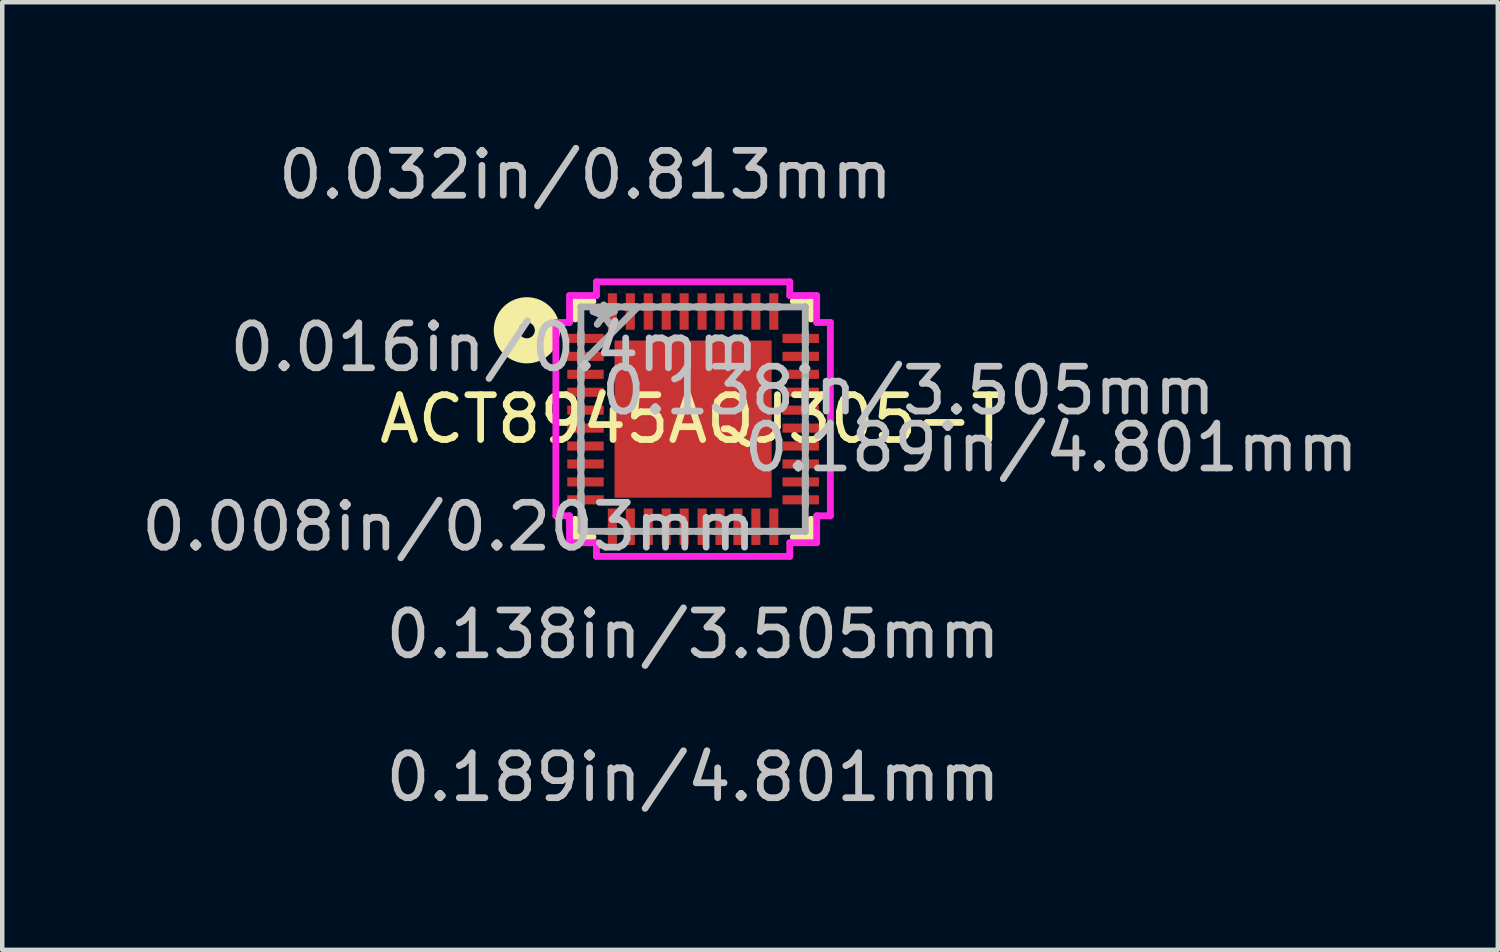
<source format=kicad_pcb>
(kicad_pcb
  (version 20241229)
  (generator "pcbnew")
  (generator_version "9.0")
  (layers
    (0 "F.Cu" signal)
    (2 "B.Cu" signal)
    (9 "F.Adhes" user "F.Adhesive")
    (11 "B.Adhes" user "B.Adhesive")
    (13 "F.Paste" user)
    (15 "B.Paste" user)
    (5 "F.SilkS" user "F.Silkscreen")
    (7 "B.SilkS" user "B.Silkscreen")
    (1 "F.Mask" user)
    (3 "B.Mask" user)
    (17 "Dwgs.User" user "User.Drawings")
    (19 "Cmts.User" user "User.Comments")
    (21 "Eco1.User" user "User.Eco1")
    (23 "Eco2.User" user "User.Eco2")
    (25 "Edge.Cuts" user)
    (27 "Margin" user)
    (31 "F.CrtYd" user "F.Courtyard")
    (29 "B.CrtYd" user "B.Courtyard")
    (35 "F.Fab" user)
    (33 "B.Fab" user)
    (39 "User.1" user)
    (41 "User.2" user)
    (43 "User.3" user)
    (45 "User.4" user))
  (footprint "ACT8945AQJ305-T"
    (layer "F.Cu")
    (at 12.407 6.297)
    (property "Reference" "ACT8945AQJ305-T" (at 0 0 0) (layer "F.SilkS") (effects (font (size 1 1) (thickness 0.15))))
    (attr through_hole)
    (fp_line (start -2.629 -2.629) (end -2.629 -2.234) (stroke (width 0.152) (type solid)) (layer "F.SilkS"))
    (fp_line (start -2.629 2.234) (end -2.629 2.629) (stroke (width 0.152) (type solid)) (layer "F.SilkS"))
    (fp_line (start -2.629 2.629) (end -2.234 2.629) (stroke (width 0.152) (type solid)) (layer "F.SilkS"))
    (fp_line (start -2.234 -2.629) (end -2.629 -2.629) (stroke (width 0.152) (type solid)) (layer "F.SilkS"))
    (fp_line (start 2.234 2.629) (end 2.629 2.629) (stroke (width 0.152) (type solid)) (layer "F.SilkS"))
    (fp_line (start 2.629 -2.629) (end 2.234 -2.629) (stroke (width 0.152) (type solid)) (layer "F.SilkS"))
    (fp_line (start 2.629 -2.234) (end 2.629 -2.629) (stroke (width 0.152) (type solid)) (layer "F.SilkS"))
    (fp_line (start 2.629 2.629) (end 2.629 2.234) (stroke (width 0.152) (type solid)) (layer "F.SilkS"))
    (fp_circle (center -3.708 -1.981) (end -3.531 -2.007) (stroke (width 0.559) (type solid)) (fill no) (layer "F.SilkS"))
    (fp_line (start -1.653 -1.653) (end -1.653 -0.1) (stroke (width 0.152) (type solid)) (layer "F.Paste"))
    (fp_line (start -1.653 -0.1) (end -0.1 -0.1) (stroke (width 0.152) (type solid)) (layer "F.Paste"))
    (fp_line (start -1.653 0.1) (end -1.653 1.653) (stroke (width 0.152) (type solid)) (layer "F.Paste"))
    (fp_line (start -1.653 1.653) (end -0.1 1.653) (stroke (width 0.152) (type solid)) (layer "F.Paste"))
    (fp_line (start -0.1 -1.653) (end -1.653 -1.653) (stroke (width 0.152) (type solid)) (layer "F.Paste"))
    (fp_line (start -0.1 -0.1) (end -0.1 -1.653) (stroke (width 0.152) (type solid)) (layer "F.Paste"))
    (fp_line (start -0.1 0.1) (end -1.653 0.1) (stroke (width 0.152) (type solid)) (layer "F.Paste"))
    (fp_line (start -0.1 1.653) (end -0.1 0.1) (stroke (width 0.152) (type solid)) (layer "F.Paste"))
    (fp_line (start 0.1 -1.653) (end 0.1 -0.1) (stroke (width 0.152) (type solid)) (layer "F.Paste"))
    (fp_line (start 0.1 -0.1) (end 1.653 -0.1) (stroke (width 0.152) (type solid)) (layer "F.Paste"))
    (fp_line (start 0.1 0.1) (end 0.1 1.653) (stroke (width 0.152) (type solid)) (layer "F.Paste"))
    (fp_line (start 0.1 1.653) (end 1.653 1.653) (stroke (width 0.152) (type solid)) (layer "F.Paste"))
    (fp_line (start 1.653 -1.653) (end 0.1 -1.653) (stroke (width 0.152) (type solid)) (layer "F.Paste"))
    (fp_line (start 1.653 -0.1) (end 1.653 -1.653) (stroke (width 0.152) (type solid)) (layer "F.Paste"))
    (fp_line (start 1.653 0.1) (end 0.1 0.1) (stroke (width 0.152) (type solid)) (layer "F.Paste"))
    (fp_line (start 1.653 1.653) (end 1.653 0.1) (stroke (width 0.152) (type solid)) (layer "F.Paste"))
    (fp_line (start -3.061 -2.156) (end -2.756 -2.156) (stroke (width 0.152) (type solid)) (layer "F.CrtYd"))
    (fp_line (start -3.061 2.156) (end -3.061 -2.156) (stroke (width 0.152) (type solid)) (layer "F.CrtYd"))
    (fp_line (start -2.756 -2.756) (end -2.156 -2.756) (stroke (width 0.152) (type solid)) (layer "F.CrtYd"))
    (fp_line (start -2.756 -2.156) (end -2.756 -2.756) (stroke (width 0.152) (type solid)) (layer "F.CrtYd"))
    (fp_line (start -2.756 2.156) (end -3.061 2.156) (stroke (width 0.152) (type solid)) (layer "F.CrtYd"))
    (fp_line (start -2.756 2.756) (end -2.756 2.156) (stroke (width 0.152) (type solid)) (layer "F.CrtYd"))
    (fp_line (start -2.156 -3.061) (end 2.156 -3.061) (stroke (width 0.152) (type solid)) (layer "F.CrtYd"))
    (fp_line (start -2.156 -2.756) (end -2.156 -3.061) (stroke (width 0.152) (type solid)) (layer "F.CrtYd"))
    (fp_line (start -2.156 2.756) (end -2.756 2.756) (stroke (width 0.152) (type solid)) (layer "F.CrtYd"))
    (fp_line (start -2.156 3.061) (end -2.156 2.756) (stroke (width 0.152) (type solid)) (layer "F.CrtYd"))
    (fp_line (start 2.156 -3.061) (end 2.156 -2.756) (stroke (width 0.152) (type solid)) (layer "F.CrtYd"))
    (fp_line (start 2.156 -2.756) (end 2.756 -2.756) (stroke (width 0.152) (type solid)) (layer "F.CrtYd"))
    (fp_line (start 2.156 2.756) (end 2.156 3.061) (stroke (width 0.152) (type solid)) (layer "F.CrtYd"))
    (fp_line (start 2.156 3.061) (end -2.156 3.061) (stroke (width 0.152) (type solid)) (layer "F.CrtYd"))
    (fp_line (start 2.756 -2.756) (end 2.756 -2.156) (stroke (width 0.152) (type solid)) (layer "F.CrtYd"))
    (fp_line (start 2.756 -2.156) (end 3.061 -2.156) (stroke (width 0.152) (type solid)) (layer "F.CrtYd"))
    (fp_line (start 2.756 2.156) (end 2.756 2.756) (stroke (width 0.152) (type solid)) (layer "F.CrtYd"))
    (fp_line (start 2.756 2.756) (end 2.156 2.756) (stroke (width 0.152) (type solid)) (layer "F.CrtYd"))
    (fp_line (start 3.061 -2.156) (end 3.061 2.156) (stroke (width 0.152) (type solid)) (layer "F.CrtYd"))
    (fp_line (start 3.061 2.156) (end 2.756 2.156) (stroke (width 0.152) (type solid)) (layer "F.CrtYd"))
    (fp_line (start -2.502 -2.502) (end -2.502 -2.502) (stroke (width 0.152) (type solid)) (layer "F.Fab"))
    (fp_line (start -2.502 -2.502) (end -2.502 2.502) (stroke (width 0.152) (type solid)) (layer "F.Fab"))
    (fp_line (start -2.502 -1.927) (end -2.502 -1.927) (stroke (width 0.152) (type solid)) (layer "F.Fab"))
    (fp_line (start -2.502 -1.927) (end -2.502 -1.673) (stroke (width 0.152) (type solid)) (layer "F.Fab"))
    (fp_line (start -2.502 -1.673) (end -2.502 -1.927) (stroke (width 0.152) (type solid)) (layer "F.Fab"))
    (fp_line (start -2.502 -1.673) (end -2.502 -1.673) (stroke (width 0.152) (type solid)) (layer "F.Fab"))
    (fp_line (start -2.502 -1.527) (end -2.502 -1.527) (stroke (width 0.152) (type solid)) (layer "F.Fab"))
    (fp_line (start -2.502 -1.527) (end -2.502 -1.273) (stroke (width 0.152) (type solid)) (layer "F.Fab"))
    (fp_line (start -2.502 -1.273) (end -2.502 -1.527) (stroke (width 0.152) (type solid)) (layer "F.Fab"))
    (fp_line (start -2.502 -1.273) (end -2.502 -1.273) (stroke (width 0.152) (type solid)) (layer "F.Fab"))
    (fp_line (start -2.502 -1.232) (end -1.232 -2.502) (stroke (width 0.152) (type solid)) (layer "F.Fab"))
    (fp_line (start -2.502 -1.127) (end -2.502 -1.127) (stroke (width 0.152) (type solid)) (layer "F.Fab"))
    (fp_line (start -2.502 -1.127) (end -2.502 -0.873) (stroke (width 0.152) (type solid)) (layer "F.Fab"))
    (fp_line (start -2.502 -0.873) (end -2.502 -1.127) (stroke (width 0.152) (type solid)) (layer "F.Fab"))
    (fp_line (start -2.502 -0.873) (end -2.502 -0.873) (stroke (width 0.152) (type solid)) (layer "F.Fab"))
    (fp_line (start -2.502 -0.727) (end -2.502 -0.727) (stroke (width 0.152) (type solid)) (layer "F.Fab"))
    (fp_line (start -2.502 -0.727) (end -2.502 -0.473) (stroke (width 0.152) (type solid)) (layer "F.Fab"))
    (fp_line (start -2.502 -0.473) (end -2.502 -0.727) (stroke (width 0.152) (type solid)) (layer "F.Fab"))
    (fp_line (start -2.502 -0.473) (end -2.502 -0.473) (stroke (width 0.152) (type solid)) (layer "F.Fab"))
    (fp_line (start -2.502 -0.327) (end -2.502 -0.327) (stroke (width 0.152) (type solid)) (layer "F.Fab"))
    (fp_line (start -2.502 -0.327) (end -2.502 -0.073) (stroke (width 0.152) (type solid)) (layer "F.Fab"))
    (fp_line (start -2.502 -0.073) (end -2.502 -0.327) (stroke (width 0.152) (type solid)) (layer "F.Fab"))
    (fp_line (start -2.502 -0.073) (end -2.502 -0.073) (stroke (width 0.152) (type solid)) (layer "F.Fab"))
    (fp_line (start -2.502 0.073) (end -2.502 0.073) (stroke (width 0.152) (type solid)) (layer "F.Fab"))
    (fp_line (start -2.502 0.073) (end -2.502 0.327) (stroke (width 0.152) (type solid)) (layer "F.Fab"))
    (fp_line (start -2.502 0.327) (end -2.502 0.073) (stroke (width 0.152) (type solid)) (layer "F.Fab"))
    (fp_line (start -2.502 0.327) (end -2.502 0.327) (stroke (width 0.152) (type solid)) (layer "F.Fab"))
    (fp_line (start -2.502 0.473) (end -2.502 0.473) (stroke (width 0.152) (type solid)) (layer "F.Fab"))
    (fp_line (start -2.502 0.473) (end -2.502 0.727) (stroke (width 0.152) (type solid)) (layer "F.Fab"))
    (fp_line (start -2.502 0.727) (end -2.502 0.473) (stroke (width 0.152) (type solid)) (layer "F.Fab"))
    (fp_line (start -2.502 0.727) (end -2.502 0.727) (stroke (width 0.152) (type solid)) (layer "F.Fab"))
    (fp_line (start -2.502 0.873) (end -2.502 0.873) (stroke (width 0.152) (type solid)) (layer "F.Fab"))
    (fp_line (start -2.502 0.873) (end -2.502 1.127) (stroke (width 0.152) (type solid)) (layer "F.Fab"))
    (fp_line (start -2.502 1.127) (end -2.502 0.873) (stroke (width 0.152) (type solid)) (layer "F.Fab"))
    (fp_line (start -2.502 1.127) (end -2.502 1.127) (stroke (width 0.152) (type solid)) (layer "F.Fab"))
    (fp_line (start -2.502 1.273) (end -2.502 1.273) (stroke (width 0.152) (type solid)) (layer "F.Fab"))
    (fp_line (start -2.502 1.273) (end -2.502 1.527) (stroke (width 0.152) (type solid)) (layer "F.Fab"))
    (fp_line (start -2.502 1.527) (end -2.502 1.273) (stroke (width 0.152) (type solid)) (layer "F.Fab"))
    (fp_line (start -2.502 1.527) (end -2.502 1.527) (stroke (width 0.152) (type solid)) (layer "F.Fab"))
    (fp_line (start -2.502 1.673) (end -2.502 1.673) (stroke (width 0.152) (type solid)) (layer "F.Fab"))
    (fp_line (start -2.502 1.673) (end -2.502 1.927) (stroke (width 0.152) (type solid)) (layer "F.Fab"))
    (fp_line (start -2.502 1.927) (end -2.502 1.673) (stroke (width 0.152) (type solid)) (layer "F.Fab"))
    (fp_line (start -2.502 1.927) (end -2.502 1.927) (stroke (width 0.152) (type solid)) (layer "F.Fab"))
    (fp_line (start -2.502 2.502) (end -2.502 2.502) (stroke (width 0.152) (type solid)) (layer "F.Fab"))
    (fp_line (start -2.502 2.502) (end 2.502 2.502) (stroke (width 0.152) (type solid)) (layer "F.Fab"))
    (fp_line (start -1.927 -2.502) (end -1.927 -2.502) (stroke (width 0.152) (type solid)) (layer "F.Fab"))
    (fp_line (start -1.927 -2.502) (end -1.673 -2.502) (stroke (width 0.152) (type solid)) (layer "F.Fab"))
    (fp_line (start -1.927 2.502) (end -1.927 2.502) (stroke (width 0.152) (type solid)) (layer "F.Fab"))
    (fp_line (start -1.927 2.502) (end -1.673 2.502) (stroke (width 0.152) (type solid)) (layer "F.Fab"))
    (fp_line (start -1.673 -2.502) (end -1.927 -2.502) (stroke (width 0.152) (type solid)) (layer "F.Fab"))
    (fp_line (start -1.673 -2.502) (end -1.673 -2.502) (stroke (width 0.152) (type solid)) (layer "F.Fab"))
    (fp_line (start -1.673 2.502) (end -1.927 2.502) (stroke (width 0.152) (type solid)) (layer "F.Fab"))
    (fp_line (start -1.673 2.502) (end -1.673 2.502) (stroke (width 0.152) (type solid)) (layer "F.Fab"))
    (fp_line (start -1.527 -2.502) (end -1.527 -2.502) (stroke (width 0.152) (type solid)) (layer "F.Fab"))
    (fp_line (start -1.527 -2.502) (end -1.273 -2.502) (stroke (width 0.152) (type solid)) (layer "F.Fab"))
    (fp_line (start -1.527 2.502) (end -1.527 2.502) (stroke (width 0.152) (type solid)) (layer "F.Fab"))
    (fp_line (start -1.527 2.502) (end -1.273 2.502) (stroke (width 0.152) (type solid)) (layer "F.Fab"))
    (fp_line (start -1.273 -2.502) (end -1.527 -2.502) (stroke (width 0.152) (type solid)) (layer "F.Fab"))
    (fp_line (start -1.273 -2.502) (end -1.273 -2.502) (stroke (width 0.152) (type solid)) (layer "F.Fab"))
    (fp_line (start -1.273 2.502) (end -1.527 2.502) (stroke (width 0.152) (type solid)) (layer "F.Fab"))
    (fp_line (start -1.273 2.502) (end -1.273 2.502) (stroke (width 0.152) (type solid)) (layer "F.Fab"))
    (fp_line (start -1.127 -2.502) (end -1.127 -2.502) (stroke (width 0.152) (type solid)) (layer "F.Fab"))
    (fp_line (start -1.127 -2.502) (end -0.873 -2.502) (stroke (width 0.152) (type solid)) (layer "F.Fab"))
    (fp_line (start -1.127 2.502) (end -1.127 2.502) (stroke (width 0.152) (type solid)) (layer "F.Fab"))
    (fp_line (start -1.127 2.502) (end -0.873 2.502) (stroke (width 0.152) (type solid)) (layer "F.Fab"))
    (fp_line (start -0.873 -2.502) (end -1.127 -2.502) (stroke (width 0.152) (type solid)) (layer "F.Fab"))
    (fp_line (start -0.873 -2.502) (end -0.873 -2.502) (stroke (width 0.152) (type solid)) (layer "F.Fab"))
    (fp_line (start -0.873 2.502) (end -1.127 2.502) (stroke (width 0.152) (type solid)) (layer "F.Fab"))
    (fp_line (start -0.873 2.502) (end -0.873 2.502) (stroke (width 0.152) (type solid)) (layer "F.Fab"))
    (fp_line (start -0.727 -2.502) (end -0.727 -2.502) (stroke (width 0.152) (type solid)) (layer "F.Fab"))
    (fp_line (start -0.727 -2.502) (end -0.473 -2.502) (stroke (width 0.152) (type solid)) (layer "F.Fab"))
    (fp_line (start -0.727 2.502) (end -0.727 2.502) (stroke (width 0.152) (type solid)) (layer "F.Fab"))
    (fp_line (start -0.727 2.502) (end -0.473 2.502) (stroke (width 0.152) (type solid)) (layer "F.Fab"))
    (fp_line (start -0.473 -2.502) (end -0.727 -2.502) (stroke (width 0.152) (type solid)) (layer "F.Fab"))
    (fp_line (start -0.473 -2.502) (end -0.473 -2.502) (stroke (width 0.152) (type solid)) (layer "F.Fab"))
    (fp_line (start -0.473 2.502) (end -0.727 2.502) (stroke (width 0.152) (type solid)) (layer "F.Fab"))
    (fp_line (start -0.473 2.502) (end -0.473 2.502) (stroke (width 0.152) (type solid)) (layer "F.Fab"))
    (fp_line (start -0.327 -2.502) (end -0.327 -2.502) (stroke (width 0.152) (type solid)) (layer "F.Fab"))
    (fp_line (start -0.327 -2.502) (end -0.073 -2.502) (stroke (width 0.152) (type solid)) (layer "F.Fab"))
    (fp_line (start -0.327 2.502) (end -0.327 2.502) (stroke (width 0.152) (type solid)) (layer "F.Fab"))
    (fp_line (start -0.327 2.502) (end -0.073 2.502) (stroke (width 0.152) (type solid)) (layer "F.Fab"))
    (fp_line (start -0.073 -2.502) (end -0.327 -2.502) (stroke (width 0.152) (type solid)) (layer "F.Fab"))
    (fp_line (start -0.073 -2.502) (end -0.073 -2.502) (stroke (width 0.152) (type solid)) (layer "F.Fab"))
    (fp_line (start -0.073 2.502) (end -0.327 2.502) (stroke (width 0.152) (type solid)) (layer "F.Fab"))
    (fp_line (start -0.073 2.502) (end -0.073 2.502) (stroke (width 0.152) (type solid)) (layer "F.Fab"))
    (fp_line (start 0.073 -2.502) (end 0.073 -2.502) (stroke (width 0.152) (type solid)) (layer "F.Fab"))
    (fp_line (start 0.073 -2.502) (end 0.327 -2.502) (stroke (width 0.152) (type solid)) (layer "F.Fab"))
    (fp_line (start 0.073 2.502) (end 0.073 2.502) (stroke (width 0.152) (type solid)) (layer "F.Fab"))
    (fp_line (start 0.073 2.502) (end 0.327 2.502) (stroke (width 0.152) (type solid)) (layer "F.Fab"))
    (fp_line (start 0.327 -2.502) (end 0.073 -2.502) (stroke (width 0.152) (type solid)) (layer "F.Fab"))
    (fp_line (start 0.327 -2.502) (end 0.327 -2.502) (stroke (width 0.152) (type solid)) (layer "F.Fab"))
    (fp_line (start 0.327 2.502) (end 0.073 2.502) (stroke (width 0.152) (type solid)) (layer "F.Fab"))
    (fp_line (start 0.327 2.502) (end 0.327 2.502) (stroke (width 0.152) (type solid)) (layer "F.Fab"))
    (fp_line (start 0.473 -2.502) (end 0.473 -2.502) (stroke (width 0.152) (type solid)) (layer "F.Fab"))
    (fp_line (start 0.473 -2.502) (end 0.727 -2.502) (stroke (width 0.152) (type solid)) (layer "F.Fab"))
    (fp_line (start 0.473 2.502) (end 0.473 2.502) (stroke (width 0.152) (type solid)) (layer "F.Fab"))
    (fp_line (start 0.473 2.502) (end 0.727 2.502) (stroke (width 0.152) (type solid)) (layer "F.Fab"))
    (fp_line (start 0.727 -2.502) (end 0.473 -2.502) (stroke (width 0.152) (type solid)) (layer "F.Fab"))
    (fp_line (start 0.727 -2.502) (end 0.727 -2.502) (stroke (width 0.152) (type solid)) (layer "F.Fab"))
    (fp_line (start 0.727 2.502) (end 0.473 2.502) (stroke (width 0.152) (type solid)) (layer "F.Fab"))
    (fp_line (start 0.727 2.502) (end 0.727 2.502) (stroke (width 0.152) (type solid)) (layer "F.Fab"))
    (fp_line (start 0.873 -2.502) (end 0.873 -2.502) (stroke (width 0.152) (type solid)) (layer "F.Fab"))
    (fp_line (start 0.873 -2.502) (end 1.127 -2.502) (stroke (width 0.152) (type solid)) (layer "F.Fab"))
    (fp_line (start 0.873 2.502) (end 0.873 2.502) (stroke (width 0.152) (type solid)) (layer "F.Fab"))
    (fp_line (start 0.873 2.502) (end 1.127 2.502) (stroke (width 0.152) (type solid)) (layer "F.Fab"))
    (fp_line (start 1.127 -2.502) (end 0.873 -2.502) (stroke (width 0.152) (type solid)) (layer "F.Fab"))
    (fp_line (start 1.127 -2.502) (end 1.127 -2.502) (stroke (width 0.152) (type solid)) (layer "F.Fab"))
    (fp_line (start 1.127 2.502) (end 0.873 2.502) (stroke (width 0.152) (type solid)) (layer "F.Fab"))
    (fp_line (start 1.127 2.502) (end 1.127 2.502) (stroke (width 0.152) (type solid)) (layer "F.Fab"))
    (fp_line (start 1.273 -2.502) (end 1.273 -2.502) (stroke (width 0.152) (type solid)) (layer "F.Fab"))
    (fp_line (start 1.273 -2.502) (end 1.527 -2.502) (stroke (width 0.152) (type solid)) (layer "F.Fab"))
    (fp_line (start 1.273 2.502) (end 1.273 2.502) (stroke (width 0.152) (type solid)) (layer "F.Fab"))
    (fp_line (start 1.273 2.502) (end 1.527 2.502) (stroke (width 0.152) (type solid)) (layer "F.Fab"))
    (fp_line (start 1.527 -2.502) (end 1.273 -2.502) (stroke (width 0.152) (type solid)) (layer "F.Fab"))
    (fp_line (start 1.527 -2.502) (end 1.527 -2.502) (stroke (width 0.152) (type solid)) (layer "F.Fab"))
    (fp_line (start 1.527 2.502) (end 1.273 2.502) (stroke (width 0.152) (type solid)) (layer "F.Fab"))
    (fp_line (start 1.527 2.502) (end 1.527 2.502) (stroke (width 0.152) (type solid)) (layer "F.Fab"))
    (fp_line (start 1.673 -2.502) (end 1.673 -2.502) (stroke (width 0.152) (type solid)) (layer "F.Fab"))
    (fp_line (start 1.673 -2.502) (end 1.927 -2.502) (stroke (width 0.152) (type solid)) (layer "F.Fab"))
    (fp_line (start 1.673 2.502) (end 1.673 2.502) (stroke (width 0.152) (type solid)) (layer "F.Fab"))
    (fp_line (start 1.673 2.502) (end 1.927 2.502) (stroke (width 0.152) (type solid)) (layer "F.Fab"))
    (fp_line (start 1.927 -2.502) (end 1.673 -2.502) (stroke (width 0.152) (type solid)) (layer "F.Fab"))
    (fp_line (start 1.927 -2.502) (end 1.927 -2.502) (stroke (width 0.152) (type solid)) (layer "F.Fab"))
    (fp_line (start 1.927 2.502) (end 1.673 2.502) (stroke (width 0.152) (type solid)) (layer "F.Fab"))
    (fp_line (start 1.927 2.502) (end 1.927 2.502) (stroke (width 0.152) (type solid)) (layer "F.Fab"))
    (fp_line (start 2.502 -2.502) (end -2.502 -2.502) (stroke (width 0.152) (type solid)) (layer "F.Fab"))
    (fp_line (start 2.502 -2.502) (end 2.502 -2.502) (stroke (width 0.152) (type solid)) (layer "F.Fab"))
    (fp_line (start 2.502 -1.927) (end 2.502 -1.927) (stroke (width 0.152) (type solid)) (layer "F.Fab"))
    (fp_line (start 2.502 -1.927) (end 2.502 -1.673) (stroke (width 0.152) (type solid)) (layer "F.Fab"))
    (fp_line (start 2.502 -1.673) (end 2.502 -1.927) (stroke (width 0.152) (type solid)) (layer "F.Fab"))
    (fp_line (start 2.502 -1.673) (end 2.502 -1.673) (stroke (width 0.152) (type solid)) (layer "F.Fab"))
    (fp_line (start 2.502 -1.527) (end 2.502 -1.527) (stroke (width 0.152) (type solid)) (layer "F.Fab"))
    (fp_line (start 2.502 -1.527) (end 2.502 -1.273) (stroke (width 0.152) (type solid)) (layer "F.Fab"))
    (fp_line (start 2.502 -1.273) (end 2.502 -1.527) (stroke (width 0.152) (type solid)) (layer "F.Fab"))
    (fp_line (start 2.502 -1.273) (end 2.502 -1.273) (stroke (width 0.152) (type solid)) (layer "F.Fab"))
    (fp_line (start 2.502 -1.127) (end 2.502 -1.127) (stroke (width 0.152) (type solid)) (layer "F.Fab"))
    (fp_line (start 2.502 -1.127) (end 2.502 -0.873) (stroke (width 0.152) (type solid)) (layer "F.Fab"))
    (fp_line (start 2.502 -0.873) (end 2.502 -1.127) (stroke (width 0.152) (type solid)) (layer "F.Fab"))
    (fp_line (start 2.502 -0.873) (end 2.502 -0.873) (stroke (width 0.152) (type solid)) (layer "F.Fab"))
    (fp_line (start 2.502 -0.727) (end 2.502 -0.727) (stroke (width 0.152) (type solid)) (layer "F.Fab"))
    (fp_line (start 2.502 -0.727) (end 2.502 -0.473) (stroke (width 0.152) (type solid)) (layer "F.Fab"))
    (fp_line (start 2.502 -0.473) (end 2.502 -0.727) (stroke (width 0.152) (type solid)) (layer "F.Fab"))
    (fp_line (start 2.502 -0.473) (end 2.502 -0.473) (stroke (width 0.152) (type solid)) (layer "F.Fab"))
    (fp_line (start 2.502 -0.327) (end 2.502 -0.327) (stroke (width 0.152) (type solid)) (layer "F.Fab"))
    (fp_line (start 2.502 -0.327) (end 2.502 -0.073) (stroke (width 0.152) (type solid)) (layer "F.Fab"))
    (fp_line (start 2.502 -0.073) (end 2.502 -0.327) (stroke (width 0.152) (type solid)) (layer "F.Fab"))
    (fp_line (start 2.502 -0.073) (end 2.502 -0.073) (stroke (width 0.152) (type solid)) (layer "F.Fab"))
    (fp_line (start 2.502 0.073) (end 2.502 0.073) (stroke (width 0.152) (type solid)) (layer "F.Fab"))
    (fp_line (start 2.502 0.073) (end 2.502 0.327) (stroke (width 0.152) (type solid)) (layer "F.Fab"))
    (fp_line (start 2.502 0.327) (end 2.502 0.073) (stroke (width 0.152) (type solid)) (layer "F.Fab"))
    (fp_line (start 2.502 0.327) (end 2.502 0.327) (stroke (width 0.152) (type solid)) (layer "F.Fab"))
    (fp_line (start 2.502 0.473) (end 2.502 0.473) (stroke (width 0.152) (type solid)) (layer "F.Fab"))
    (fp_line (start 2.502 0.473) (end 2.502 0.727) (stroke (width 0.152) (type solid)) (layer "F.Fab"))
    (fp_line (start 2.502 0.727) (end 2.502 0.473) (stroke (width 0.152) (type solid)) (layer "F.Fab"))
    (fp_line (start 2.502 0.727) (end 2.502 0.727) (stroke (width 0.152) (type solid)) (layer "F.Fab"))
    (fp_line (start 2.502 0.873) (end 2.502 0.873) (stroke (width 0.152) (type solid)) (layer "F.Fab"))
    (fp_line (start 2.502 0.873) (end 2.502 1.127) (stroke (width 0.152) (type solid)) (layer "F.Fab"))
    (fp_line (start 2.502 1.127) (end 2.502 0.873) (stroke (width 0.152) (type solid)) (layer "F.Fab"))
    (fp_line (start 2.502 1.127) (end 2.502 1.127) (stroke (width 0.152) (type solid)) (layer "F.Fab"))
    (fp_line (start 2.502 1.273) (end 2.502 1.273) (stroke (width 0.152) (type solid)) (layer "F.Fab"))
    (fp_line (start 2.502 1.273) (end 2.502 1.527) (stroke (width 0.152) (type solid)) (layer "F.Fab"))
    (fp_line (start 2.502 1.527) (end 2.502 1.273) (stroke (width 0.152) (type solid)) (layer "F.Fab"))
    (fp_line (start 2.502 1.527) (end 2.502 1.527) (stroke (width 0.152) (type solid)) (layer "F.Fab"))
    (fp_line (start 2.502 1.673) (end 2.502 1.673) (stroke (width 0.152) (type solid)) (layer "F.Fab"))
    (fp_line (start 2.502 1.673) (end 2.502 1.927) (stroke (width 0.152) (type solid)) (layer "F.Fab"))
    (fp_line (start 2.502 1.927) (end 2.502 1.673) (stroke (width 0.152) (type solid)) (layer "F.Fab"))
    (fp_line (start 2.502 1.927) (end 2.502 1.927) (stroke (width 0.152) (type solid)) (layer "F.Fab"))
    (fp_line (start 2.502 2.502) (end 2.502 -2.502) (stroke (width 0.152) (type solid)) (layer "F.Fab"))
    (fp_line (start 2.502 2.502) (end 2.502 2.502) (stroke (width 0.152) (type solid)) (layer "F.Fab"))
    (fp_text user "0.138in/3.505mm" (at 4.801 -0.635 0) (layer "Dwgs.User") (effects (font (size 1 1) (thickness 0.15))))
    (fp_text user "0.138in/3.505mm" (at 0 4.801 0) (layer "Dwgs.User") (effects (font (size 1 1) (thickness 0.15))))
    (fp_text user "0.189in/4.801mm" (at 0 7.988 0) (layer "Dwgs.User") (effects (font (size 1 1) (thickness 0.15))))
    (fp_text user "0.189in/4.801mm" (at 7.988 0.635 0) (layer "Dwgs.User") (effects (font (size 1 1) (thickness 0.15))))
    (fp_text user "0.008in/0.203mm" (at -5.448 2.4 0) (layer "Dwgs.User") (effects (font (size 1 1) (thickness 0.15))))
    (fp_text user "0.016in/0.4mm" (at -4.432 -1.6 0) (layer "Dwgs.User") (effects (font (size 1 1) (thickness 0.15))))
    (fp_text user "0.032in/0.813mm" (at -2.4 -5.448 0) (layer "Dwgs.User") (effects (font (size 1 1) (thickness 0.15))))
    (fp_text user "Copyright 2016 Accelerated Designs. All rights reserved." (at 0 0 0) (layer "Cmts.User") (effects (font (size 0.127 0.127) (thickness 0.002))))
    (fp_text user "*" (at -1.994 -2 0) (layer "F.Fab") (effects (font (size 1 1) (thickness 0.15))))
    (fp_text user "*" (at -1.994 -2 0) (layer "F.Fab") (effects (font (size 1 1) (thickness 0.15))))
    (pad "1" smd rect (at -2.4 -1.8 90) (size 0.203 0.813) (layers "F.Cu" "F.Mask" "F.Paste"))
    (pad "2" smd rect (at -2.4 -1.4 90) (size 0.203 0.813) (layers "F.Cu" "F.Mask" "F.Paste"))
    (pad "3" smd rect (at -2.4 -1 90) (size 0.203 0.813) (layers "F.Cu" "F.Mask" "F.Paste"))
    (pad "4" smd rect (at -2.4 -0.6 90) (size 0.203 0.813) (layers "F.Cu" "F.Mask" "F.Paste"))
    (pad "5" smd rect (at -2.4 -0.2 90) (size 0.203 0.813) (layers "F.Cu" "F.Mask" "F.Paste"))
    (pad "6" smd rect (at -2.4 0.2 90) (size 0.203 0.813) (layers "F.Cu" "F.Mask" "F.Paste"))
    (pad "7" smd rect (at -2.4 0.6 90) (size 0.203 0.813) (layers "F.Cu" "F.Mask" "F.Paste"))
    (pad "8" smd rect (at -2.4 1 90) (size 0.203 0.813) (layers "F.Cu" "F.Mask" "F.Paste"))
    (pad "9" smd rect (at -2.4 1.4 90) (size 0.203 0.813) (layers "F.Cu" "F.Mask" "F.Paste"))
    (pad "10" smd rect (at -2.4 1.8 90) (size 0.203 0.813) (layers "F.Cu" "F.Mask" "F.Paste"))
    (pad "11" smd rect (at -1.8 2.4) (size 0.203 0.813) (layers "F.Cu" "F.Mask" "F.Paste"))
    (pad "12" smd rect (at -1.4 2.4) (size 0.203 0.813) (layers "F.Cu" "F.Mask" "F.Paste"))
    (pad "13" smd rect (at -1 2.4) (size 0.203 0.813) (layers "F.Cu" "F.Mask" "F.Paste"))
    (pad "14" smd rect (at -0.6 2.4) (size 0.203 0.813) (layers "F.Cu" "F.Mask" "F.Paste"))
    (pad "15" smd rect (at -0.2 2.4) (size 0.203 0.813) (layers "F.Cu" "F.Mask" "F.Paste"))
    (pad "16" smd rect (at 0.2 2.4) (size 0.203 0.813) (layers "F.Cu" "F.Mask" "F.Paste"))
    (pad "17" smd rect (at 0.6 2.4) (size 0.203 0.813) (layers "F.Cu" "F.Mask" "F.Paste"))
    (pad "18" smd rect (at 1 2.4) (size 0.203 0.813) (layers "F.Cu" "F.Mask" "F.Paste"))
    (pad "19" smd rect (at 1.4 2.4) (size 0.203 0.813) (layers "F.Cu" "F.Mask" "F.Paste"))
    (pad "20" smd rect (at 1.8 2.4) (size 0.203 0.813) (layers "F.Cu" "F.Mask" "F.Paste"))
    (pad "21" smd rect (at 2.4 1.8 90) (size 0.203 0.813) (layers "F.Cu" "F.Mask" "F.Paste"))
    (pad "22" smd rect (at 2.4 1.4 90) (size 0.203 0.813) (layers "F.Cu" "F.Mask" "F.Paste"))
    (pad "23" smd rect (at 2.4 1 90) (size 0.203 0.813) (layers "F.Cu" "F.Mask" "F.Paste"))
    (pad "24" smd rect (at 2.4 0.6 90) (size 0.203 0.813) (layers "F.Cu" "F.Mask" "F.Paste"))
    (pad "25" smd rect (at 2.4 0.2 90) (size 0.203 0.813) (layers "F.Cu" "F.Mask" "F.Paste"))
    (pad "26" smd rect (at 2.4 -0.2 90) (size 0.203 0.813) (layers "F.Cu" "F.Mask" "F.Paste"))
    (pad "27" smd rect (at 2.4 -0.6 90) (size 0.203 0.813) (layers "F.Cu" "F.Mask" "F.Paste"))
    (pad "28" smd rect (at 2.4 -1 90) (size 0.203 0.813) (layers "F.Cu" "F.Mask" "F.Paste"))
    (pad "29" smd rect (at 2.4 -1.4 90) (size 0.203 0.813) (layers "F.Cu" "F.Mask" "F.Paste"))
    (pad "30" smd rect (at 2.4 -1.8 90) (size 0.203 0.813) (layers "F.Cu" "F.Mask" "F.Paste"))
    (pad "31" smd rect (at 1.8 -2.4) (size 0.203 0.813) (layers "F.Cu" "F.Mask" "F.Paste"))
    (pad "32" smd rect (at 1.4 -2.4) (size 0.203 0.813) (layers "F.Cu" "F.Mask" "F.Paste"))
    (pad "33" smd rect (at 1 -2.4) (size 0.203 0.813) (layers "F.Cu" "F.Mask" "F.Paste"))
    (pad "34" smd rect (at 0.6 -2.4) (size 0.203 0.813) (layers "F.Cu" "F.Mask" "F.Paste"))
    (pad "35" smd rect (at 0.2 -2.4) (size 0.203 0.813) (layers "F.Cu" "F.Mask" "F.Paste"))
    (pad "36" smd rect (at -0.2 -2.4) (size 0.203 0.813) (layers "F.Cu" "F.Mask" "F.Paste"))
    (pad "37" smd rect (at -0.6 -2.4) (size 0.203 0.813) (layers "F.Cu" "F.Mask" "F.Paste"))
    (pad "38" smd rect (at -1 -2.4) (size 0.203 0.813) (layers "F.Cu" "F.Mask" "F.Paste"))
    (pad "39" smd rect (at -1.4 -2.4) (size 0.203 0.813) (layers "F.Cu" "F.Mask" "F.Paste"))
    (pad "40" smd rect (at -1.8 -2.4) (size 0.203 0.813) (layers "F.Cu" "F.Mask" "F.Paste"))
    (pad "41" smd rect (at 0 0) (size 3.505 3.505) (layers "F.Cu" "F.Mask" "F.Paste")))
  (gr_rect
    (start -3 -3)
    (end 30.353 18.133)
    (stroke (width 0.1) (type default))
    (fill no)
    (layer "Edge.Cuts")))
</source>
